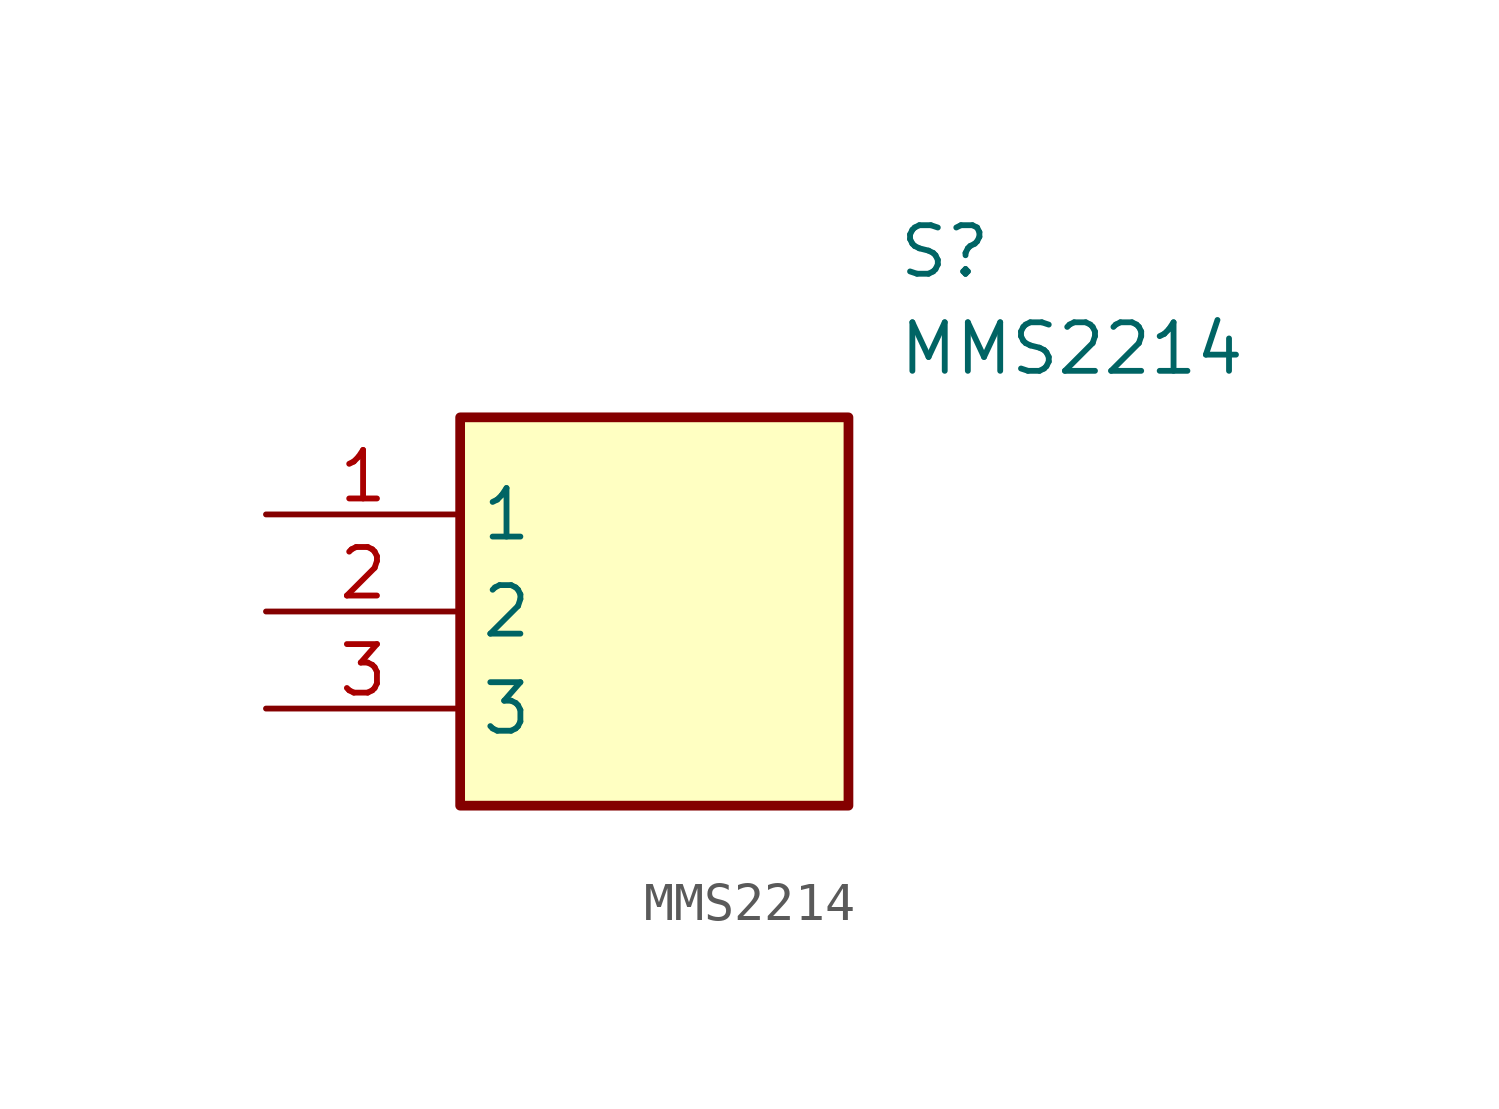
<source format=kicad_sym>
(kicad_symbol_lib
  (version 20211014)
  (generator SamacSys_ECAD_Model)
  (symbol "MMS2214"
    (property "Reference" "S"
      (at 16.51 7.62 0)
      (effects (font (size 1.27 1.27)) (justify left top)))
    (property "Value" "MMS2214"
      (at 16.51 5.08 0)
      (effects (font (size 1.27 1.27)) (justify left top)))
    (rectangle
      (start 5.08 2.54)
      (end 15.24 -7.62)
      (stroke (width 0.254) (type default))
      (fill (type background)))
    (pin passive line
      (at 0 0 0)
      (length 5.08)
      (name "1" (effects (font (size 1.27 1.27))))
      (number "1" (effects (font (size 1.27 1.27)))))
    (pin passive line
      (at 0 -2.54 0)
      (length 5.08)
      (name "2" (effects (font (size 1.27 1.27))))
      (number "2" (effects (font (size 1.27 1.27)))))
    (pin passive line
      (at 0 -5.08 0)
      (length 5.08)
      (name "3" (effects (font (size 1.27 1.27))))
      (number "3" (effects (font (size 1.27 1.27)))))))
</source>
